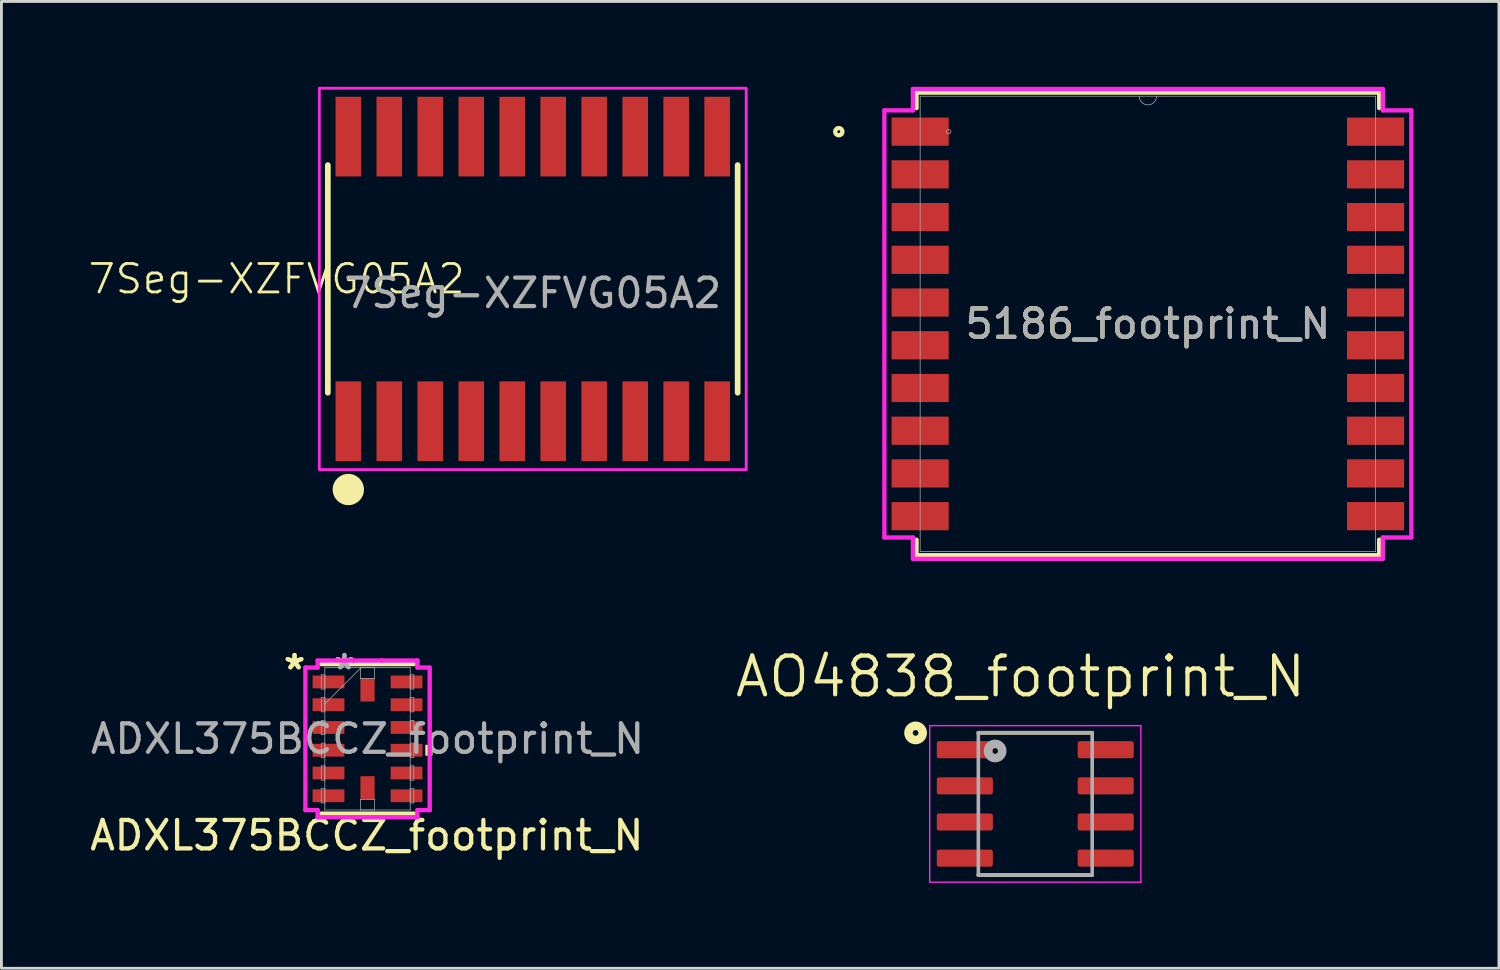
<source format=kicad_pcb>
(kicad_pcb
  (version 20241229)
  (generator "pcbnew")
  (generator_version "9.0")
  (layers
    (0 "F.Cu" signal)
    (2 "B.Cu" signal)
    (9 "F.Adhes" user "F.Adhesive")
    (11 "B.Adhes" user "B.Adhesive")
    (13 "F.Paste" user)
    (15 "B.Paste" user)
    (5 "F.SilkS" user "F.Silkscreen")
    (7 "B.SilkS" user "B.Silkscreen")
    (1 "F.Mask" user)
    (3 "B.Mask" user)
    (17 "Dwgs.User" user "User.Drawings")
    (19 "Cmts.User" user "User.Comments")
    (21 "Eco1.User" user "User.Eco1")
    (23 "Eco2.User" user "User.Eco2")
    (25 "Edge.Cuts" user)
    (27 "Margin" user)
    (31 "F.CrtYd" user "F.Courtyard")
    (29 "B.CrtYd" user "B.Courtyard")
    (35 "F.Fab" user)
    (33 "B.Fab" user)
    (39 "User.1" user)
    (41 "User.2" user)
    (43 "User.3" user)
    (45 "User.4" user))
  (footprint "7Seg-XZFVG05A2"
    (layer "F.Cu")
    (at 15.669 6.75)
    (property "Reference" "7Seg-XZFVG05A2" (at -9 0 0) (unlocked yes) (layer "F.SilkS") (effects (font (size 1 1) (thickness 0.1))))
    (attr smd)
    (fp_line (start -7.2 -4) (end -7.2 4) (stroke (width 0.2) (type solid)) (layer "F.SilkS"))
    (fp_line (start 7.2 -4) (end 7.2 4) (stroke (width 0.2) (type solid)) (layer "F.SilkS"))
    (fp_circle (center -6.48 7.4) (end -5.98 7.4) (stroke (width 0.1) (type solid)) (fill yes) (layer "F.SilkS"))
    (fp_rect (start -7.5 -6.7) (end 7.5 6.7) (stroke (width 0.1) (type solid)) (fill no) (layer "F.CrtYd"))
    (fp_text user "${REFERENCE}" (at 0 0.5 0) (unlocked yes) (layer "F.Fab") (effects (font (size 1 1) (thickness 0.15))))
    (pad "1" smd rect (at -6.48 5) (size 0.9 2.8) (layers "F.Cu" "F.Mask" "F.Paste"))
    (pad "2" smd rect (at -5.04 5) (size 0.9 2.8) (layers "F.Cu" "F.Mask" "F.Paste"))
    (pad "3" smd rect (at -3.6 5) (size 0.9 2.8) (layers "F.Cu" "F.Mask" "F.Paste"))
    (pad "4" smd rect (at -2.16 5) (size 0.9 2.8) (layers "F.Cu" "F.Mask" "F.Paste"))
    (pad "5" smd rect (at -0.72 5) (size 0.9 2.8) (layers "F.Cu" "F.Mask" "F.Paste"))
    (pad "6" smd rect (at 0.72 5) (size 0.9 2.8) (layers "F.Cu" "F.Mask" "F.Paste"))
    (pad "7" smd rect (at 2.16 5) (size 0.9 2.8) (layers "F.Cu" "F.Mask" "F.Paste"))
    (pad "8" smd rect (at 3.6 5) (size 0.9 2.8) (layers "F.Cu" "F.Mask" "F.Paste"))
    (pad "9" smd rect (at 5.04 5) (size 0.9 2.8) (layers "F.Cu" "F.Mask" "F.Paste"))
    (pad "10" smd rect (at 6.48 5) (size 0.9 2.8) (layers "F.Cu" "F.Mask" "F.Paste"))
    (pad "11" smd rect (at 6.48 -5) (size 0.9 2.8) (layers "F.Cu" "F.Mask" "F.Paste"))
    (pad "12" smd rect (at 5.04 -5) (size 0.9 2.8) (layers "F.Cu" "F.Mask" "F.Paste"))
    (pad "13" smd rect (at 3.6 -5) (size 0.9 2.8) (layers "F.Cu" "F.Mask" "F.Paste"))
    (pad "14" smd rect (at 2.16 -5) (size 0.9 2.8) (layers "F.Cu" "F.Mask" "F.Paste"))
    (pad "15" smd rect (at 0.72 -5) (size 0.9 2.8) (layers "F.Cu" "F.Mask" "F.Paste"))
    (pad "16" smd rect (at -0.72 -5) (size 0.9 2.8) (layers "F.Cu" "F.Mask" "F.Paste"))
    (pad "17" smd rect (at -2.16 -5) (size 0.9 2.8) (layers "F.Cu" "F.Mask" "F.Paste"))
    (pad "18" smd rect (at -3.6 -5) (size 0.9 2.8) (layers "F.Cu" "F.Mask" "F.Paste"))
    (pad "19" smd rect (at -5.04 -5) (size 0.9 2.8) (layers "F.Cu" "F.Mask" "F.Paste"))
    (pad "20" smd rect (at -6.48 -5) (size 0.9 2.8) (layers "F.Cu" "F.Mask" "F.Paste")))
  (footprint "ADXL375BCCZ_footprint_N"
    (layer "F.Cu")
    (at 9.864 22.911)
    (property "Reference" "ADXL375BCCZ_footprint_N" (at -0.025 3.394 0) (unlocked yes) (layer "F.SilkS") (effects (font (size 1 1) (thickness 0.15))))
    (attr smd)
    (fp_line (start -1.627 2.627) (end 1.627 2.627) (stroke (width 0.152) (type solid)) (layer "F.SilkS"))
    (fp_line (start 1.627 -2.627) (end -1.627 -2.627) (stroke (width 0.152) (type solid)) (layer "F.SilkS"))
    (fp_poly (pts (xy 2.285 0.209) (xy 2.285 0.59) (xy 2.031 0.59) (xy 2.031 0.209)) (stroke (width 0) (type solid)) (fill yes) (layer "F.SilkS"))
    (fp_line (start -2.184 -2.504) (end -1.754 -2.504) (stroke (width 0.152) (type solid)) (layer "F.CrtYd"))
    (fp_line (start -2.184 2.504) (end -2.184 -2.504) (stroke (width 0.152) (type solid)) (layer "F.CrtYd"))
    (fp_line (start -1.754 -2.754) (end -0.504 -2.754) (stroke (width 0.152) (type solid)) (layer "F.CrtYd"))
    (fp_line (start -1.754 -2.504) (end -1.754 -2.754) (stroke (width 0.152) (type solid)) (layer "F.CrtYd"))
    (fp_line (start -1.754 2.504) (end -2.184 2.504) (stroke (width 0.152) (type solid)) (layer "F.CrtYd"))
    (fp_line (start -1.754 2.754) (end -1.754 2.504) (stroke (width 0.152) (type solid)) (layer "F.CrtYd"))
    (fp_line (start -0.504 -2.754) (end -0.504 -2.754) (stroke (width 0.152) (type solid)) (layer "F.CrtYd"))
    (fp_line (start -0.504 -2.754) (end 0.504 -2.754) (stroke (width 0.152) (type solid)) (layer "F.CrtYd"))
    (fp_line (start -0.504 2.754) (end -1.754 2.754) (stroke (width 0.152) (type solid)) (layer "F.CrtYd"))
    (fp_line (start -0.504 2.754) (end -0.504 2.754) (stroke (width 0.152) (type solid)) (layer "F.CrtYd"))
    (fp_line (start 0.504 -2.754) (end 0.504 -2.754) (stroke (width 0.152) (type solid)) (layer "F.CrtYd"))
    (fp_line (start 0.504 -2.754) (end 1.754 -2.754) (stroke (width 0.152) (type solid)) (layer "F.CrtYd"))
    (fp_line (start 0.504 2.754) (end -0.504 2.754) (stroke (width 0.152) (type solid)) (layer "F.CrtYd"))
    (fp_line (start 0.504 2.754) (end 0.504 2.754) (stroke (width 0.152) (type solid)) (layer "F.CrtYd"))
    (fp_line (start 1.754 -2.754) (end 1.754 -2.504) (stroke (width 0.152) (type solid)) (layer "F.CrtYd"))
    (fp_line (start 1.754 -2.504) (end 2.184 -2.504) (stroke (width 0.152) (type solid)) (layer "F.CrtYd"))
    (fp_line (start 1.754 2.504) (end 1.754 2.754) (stroke (width 0.152) (type solid)) (layer "F.CrtYd"))
    (fp_line (start 1.754 2.754) (end 0.504 2.754) (stroke (width 0.152) (type solid)) (layer "F.CrtYd"))
    (fp_line (start 2.184 -2.504) (end 2.184 2.504) (stroke (width 0.152) (type solid)) (layer "F.CrtYd"))
    (fp_line (start 2.184 2.504) (end 1.754 2.504) (stroke (width 0.152) (type solid)) (layer "F.CrtYd"))
    (fp_line (start -1.625 -2.25) (end -1.625 -1.75) (stroke (width 0.025) (type solid)) (layer "F.Fab"))
    (fp_line (start -1.625 -1.75) (end -1.5 -1.75) (stroke (width 0.025) (type solid)) (layer "F.Fab"))
    (fp_line (start -1.625 -1.45) (end -1.625 -0.95) (stroke (width 0.025) (type solid)) (layer "F.Fab"))
    (fp_line (start -1.625 -0.95) (end -1.5 -0.95) (stroke (width 0.025) (type solid)) (layer "F.Fab"))
    (fp_line (start -1.625 -0.65) (end -1.625 -0.15) (stroke (width 0.025) (type solid)) (layer "F.Fab"))
    (fp_line (start -1.625 -0.15) (end -1.5 -0.15) (stroke (width 0.025) (type solid)) (layer "F.Fab"))
    (fp_line (start -1.625 0.15) (end -1.625 0.65) (stroke (width 0.025) (type solid)) (layer "F.Fab"))
    (fp_line (start -1.625 0.65) (end -1.5 0.65) (stroke (width 0.025) (type solid)) (layer "F.Fab"))
    (fp_line (start -1.625 0.95) (end -1.625 1.45) (stroke (width 0.025) (type solid)) (layer "F.Fab"))
    (fp_line (start -1.625 1.45) (end -1.5 1.45) (stroke (width 0.025) (type solid)) (layer "F.Fab"))
    (fp_line (start -1.625 1.75) (end -1.625 2.25) (stroke (width 0.025) (type solid)) (layer "F.Fab"))
    (fp_line (start -1.625 2.25) (end -1.5 2.25) (stroke (width 0.025) (type solid)) (layer "F.Fab"))
    (fp_line (start -1.5 -2.5) (end -1.5 -2.5) (stroke (width 0.025) (type solid)) (layer "F.Fab"))
    (fp_line (start -1.5 -2.5) (end -1.5 2.5) (stroke (width 0.025) (type solid)) (layer "F.Fab"))
    (fp_line (start -1.5 -2.25) (end -1.625 -2.25) (stroke (width 0.025) (type solid)) (layer "F.Fab"))
    (fp_line (start -1.5 -1.75) (end -1.5 -2.25) (stroke (width 0.025) (type solid)) (layer "F.Fab"))
    (fp_line (start -1.5 -1.45) (end -1.625 -1.45) (stroke (width 0.025) (type solid)) (layer "F.Fab"))
    (fp_line (start -1.5 -1.23) (end -0.23 -2.5) (stroke (width 0.025) (type solid)) (layer "F.Fab"))
    (fp_line (start -1.5 -0.95) (end -1.5 -1.45) (stroke (width 0.025) (type solid)) (layer "F.Fab"))
    (fp_line (start -1.5 -0.65) (end -1.625 -0.65) (stroke (width 0.025) (type solid)) (layer "F.Fab"))
    (fp_line (start -1.5 -0.15) (end -1.5 -0.65) (stroke (width 0.025) (type solid)) (layer "F.Fab"))
    (fp_line (start -1.5 0.15) (end -1.625 0.15) (stroke (width 0.025) (type solid)) (layer "F.Fab"))
    (fp_line (start -1.5 0.65) (end -1.5 0.15) (stroke (width 0.025) (type solid)) (layer "F.Fab"))
    (fp_line (start -1.5 0.95) (end -1.625 0.95) (stroke (width 0.025) (type solid)) (layer "F.Fab"))
    (fp_line (start -1.5 1.45) (end -1.5 0.95) (stroke (width 0.025) (type solid)) (layer "F.Fab"))
    (fp_line (start -1.5 1.75) (end -1.625 1.75) (stroke (width 0.025) (type solid)) (layer "F.Fab"))
    (fp_line (start -1.5 2.25) (end -1.5 1.75) (stroke (width 0.025) (type solid)) (layer "F.Fab"))
    (fp_line (start -1.5 2.5) (end -1.5 2.5) (stroke (width 0.025) (type solid)) (layer "F.Fab"))
    (fp_line (start -1.5 2.5) (end 1.5 2.5) (stroke (width 0.025) (type solid)) (layer "F.Fab"))
    (fp_line (start -0.25 -2.5) (end 0.25 -2.5) (stroke (width 0.025) (type solid)) (layer "F.Fab"))
    (fp_line (start -0.25 -2.125) (end -0.25 -2.5) (stroke (width 0.025) (type solid)) (layer "F.Fab"))
    (fp_line (start -0.25 2.125) (end 0.25 2.125) (stroke (width 0.025) (type solid)) (layer "F.Fab"))
    (fp_line (start -0.25 2.5) (end -0.25 2.125) (stroke (width 0.025) (type solid)) (layer "F.Fab"))
    (fp_line (start 0.25 -2.5) (end 0.25 -2.125) (stroke (width 0.025) (type solid)) (layer "F.Fab"))
    (fp_line (start 0.25 -2.125) (end -0.25 -2.125) (stroke (width 0.025) (type solid)) (layer "F.Fab"))
    (fp_line (start 0.25 2.125) (end 0.25 2.5) (stroke (width 0.025) (type solid)) (layer "F.Fab"))
    (fp_line (start 0.25 2.5) (end -0.25 2.5) (stroke (width 0.025) (type solid)) (layer "F.Fab"))
    (fp_line (start 1.5 -2.5) (end -1.5 -2.5) (stroke (width 0.025) (type solid)) (layer "F.Fab"))
    (fp_line (start 1.5 -2.5) (end 1.5 -2.5) (stroke (width 0.025) (type solid)) (layer "F.Fab"))
    (fp_line (start 1.5 -2.25) (end 1.5 -1.75) (stroke (width 0.025) (type solid)) (layer "F.Fab"))
    (fp_line (start 1.5 -1.75) (end 1.625 -1.75) (stroke (width 0.025) (type solid)) (layer "F.Fab"))
    (fp_line (start 1.5 -1.45) (end 1.5 -0.95) (stroke (width 0.025) (type solid)) (layer "F.Fab"))
    (fp_line (start 1.5 -0.95) (end 1.625 -0.95) (stroke (width 0.025) (type solid)) (layer "F.Fab"))
    (fp_line (start 1.5 -0.65) (end 1.5 -0.15) (stroke (width 0.025) (type solid)) (layer "F.Fab"))
    (fp_line (start 1.5 -0.15) (end 1.625 -0.15) (stroke (width 0.025) (type solid)) (layer "F.Fab"))
    (fp_line (start 1.5 0.15) (end 1.5 0.65) (stroke (width 0.025) (type solid)) (layer "F.Fab"))
    (fp_line (start 1.5 0.65) (end 1.625 0.65) (stroke (width 0.025) (type solid)) (layer "F.Fab"))
    (fp_line (start 1.5 0.95) (end 1.5 1.45) (stroke (width 0.025) (type solid)) (layer "F.Fab"))
    (fp_line (start 1.5 1.45) (end 1.625 1.45) (stroke (width 0.025) (type solid)) (layer "F.Fab"))
    (fp_line (start 1.5 1.75) (end 1.5 2.25) (stroke (width 0.025) (type solid)) (layer "F.Fab"))
    (fp_line (start 1.5 2.25) (end 1.625 2.25) (stroke (width 0.025) (type solid)) (layer "F.Fab"))
    (fp_line (start 1.5 2.5) (end 1.5 -2.5) (stroke (width 0.025) (type solid)) (layer "F.Fab"))
    (fp_line (start 1.5 2.5) (end 1.5 2.5) (stroke (width 0.025) (type solid)) (layer "F.Fab"))
    (fp_line (start 1.625 -2.25) (end 1.5 -2.25) (stroke (width 0.025) (type solid)) (layer "F.Fab"))
    (fp_line (start 1.625 -1.75) (end 1.625 -2.25) (stroke (width 0.025) (type solid)) (layer "F.Fab"))
    (fp_line (start 1.625 -1.45) (end 1.5 -1.45) (stroke (width 0.025) (type solid)) (layer "F.Fab"))
    (fp_line (start 1.625 -0.95) (end 1.625 -1.45) (stroke (width 0.025) (type solid)) (layer "F.Fab"))
    (fp_line (start 1.625 -0.65) (end 1.5 -0.65) (stroke (width 0.025) (type solid)) (layer "F.Fab"))
    (fp_line (start 1.625 -0.15) (end 1.625 -0.65) (stroke (width 0.025) (type solid)) (layer "F.Fab"))
    (fp_line (start 1.625 0.15) (end 1.5 0.15) (stroke (width 0.025) (type solid)) (layer "F.Fab"))
    (fp_line (start 1.625 0.65) (end 1.625 0.15) (stroke (width 0.025) (type solid)) (layer "F.Fab"))
    (fp_line (start 1.625 0.95) (end 1.5 0.95) (stroke (width 0.025) (type solid)) (layer "F.Fab"))
    (fp_line (start 1.625 1.45) (end 1.625 0.95) (stroke (width 0.025) (type solid)) (layer "F.Fab"))
    (fp_line (start 1.625 1.75) (end 1.5 1.75) (stroke (width 0.025) (type solid)) (layer "F.Fab"))
    (fp_line (start 1.625 2.25) (end 1.625 1.75) (stroke (width 0.025) (type solid)) (layer "F.Fab"))
    (fp_text user "*" (at -2.565 -2.4 180) (layer "F.SilkS") (effects (font (size 1 1) (thickness 0.15))))
    (fp_text user "*" (at -2.565 -2.4 0) (unlocked yes) (layer "F.SilkS") (effects (font (size 1 1) (thickness 0.15))))
    (fp_text user "${REFERENCE}" (at 0 0 0) (unlocked yes) (layer "F.Fab") (effects (font (size 1 1) (thickness 0.15))))
    (fp_text user "*" (at -0.812 -2.4 0) (unlocked yes) (layer "F.Fab") (effects (font (size 1 1) (thickness 0.15))))
    (fp_text user "*" (at -0.812 -2.4 180) (layer "F.Fab") (effects (font (size 1 1) (thickness 0.15))))
    (pad "1" smd rect (at -1.371 -2 90) (size 0.449 1.118) (layers "F.Cu" "F.Mask" "F.Paste"))
    (pad "2" smd rect (at -1.371 -1.2 90) (size 0.449 1.118) (layers "F.Cu" "F.Mask" "F.Paste"))
    (pad "3" smd rect (at -1.371 -0.4 90) (size 0.449 1.118) (layers "F.Cu" "F.Mask" "F.Paste"))
    (pad "4" smd rect (at -1.371 0.4 90) (size 0.449 1.118) (layers "F.Cu" "F.Mask" "F.Paste"))
    (pad "5" smd rect (at -1.371 1.2 90) (size 0.449 1.118) (layers "F.Cu" "F.Mask" "F.Paste"))
    (pad "6" smd rect (at -1.371 2 90) (size 0.449 1.118) (layers "F.Cu" "F.Mask" "F.Paste"))
    (pad "7" smd rect (at 0 1.718) (size 0.5 0.813) (layers "F.Cu" "F.Mask" "F.Paste"))
    (pad "8" smd rect (at 1.371 2 90) (size 0.449 1.118) (layers "F.Cu" "F.Mask" "F.Paste"))
    (pad "9" smd rect (at 1.371 1.2 90) (size 0.449 1.118) (layers "F.Cu" "F.Mask" "F.Paste"))
    (pad "10" smd rect (at 1.371 0.4 90) (size 0.449 1.118) (layers "F.Cu" "F.Mask" "F.Paste"))
    (pad "11" smd rect (at 1.371 -0.4 90) (size 0.449 1.118) (layers "F.Cu" "F.Mask" "F.Paste"))
    (pad "12" smd rect (at 1.371 -1.2 90) (size 0.449 1.118) (layers "F.Cu" "F.Mask" "F.Paste"))
    (pad "13" smd rect (at 1.371 -2 90) (size 0.449 1.118) (layers "F.Cu" "F.Mask" "F.Paste"))
    (pad "14" smd rect (at 0 -1.718) (size 0.5 0.813) (layers "F.Cu" "F.Mask" "F.Paste")))
  (footprint "5186_footprint_N"
    (layer "F.Cu")
    (at 37.282 8.331)
    (property "Reference" "5186_footprint_N" (at 0 0 0) (unlocked yes) (layer "F.SilkS") (effects (font (size 1 1) (thickness 0.15))))
    (attr smd)
    (fp_line (start -8.128 -8.128) (end -8.128 -7.583) (stroke (width 0.152) (type solid)) (layer "F.SilkS"))
    (fp_line (start -8.128 7.583) (end -8.128 8.128) (stroke (width 0.152) (type solid)) (layer "F.SilkS"))
    (fp_line (start -8.128 8.128) (end 8.128 8.128) (stroke (width 0.152) (type solid)) (layer "F.SilkS"))
    (fp_line (start 8.128 -8.128) (end -8.128 -8.128) (stroke (width 0.152) (type solid)) (layer "F.SilkS"))
    (fp_line (start 8.128 -7.583) (end 8.128 -8.128) (stroke (width 0.152) (type solid)) (layer "F.SilkS"))
    (fp_line (start 8.128 8.128) (end 8.128 7.583) (stroke (width 0.152) (type solid)) (layer "F.SilkS"))
    (fp_circle (center -10.86 -6.755) (end -10.733 -6.755) (stroke (width 0.152) (type solid)) (fill no) (layer "F.SilkS"))
    (fp_poly (pts (xy 0.648 -0.451) (xy 0.636 -0.568) (xy 0.602 -0.68) (xy 0.547 -0.783) (xy 0.473 -0.873) (xy 0.382 -0.947) (xy 0.279 -1.003) (xy 0.167 -1.037) (xy 0.051 -1.048) (xy -0.066 -1.037) (xy -0.178 -1.003) (xy -0.281 -0.947) (xy -0.371 -0.873) (xy -0.446 -0.783) (xy -0.501 -0.68) (xy -0.535 -0.568) (xy -0.546 -0.451) (xy -0.535 -0.335) (xy -0.501 -0.223) (xy -0.446 -0.119) (xy -0.371 -0.029) (xy -0.281 0.045) (xy -0.178 0.1) (xy -0.066 0.134) (xy 0.051 0.146) (xy 0.167 0.134) (xy 0.279 0.1) (xy 0.382 0.045) (xy 0.473 -0.029) (xy 0.547 -0.119) (xy 0.602 -0.223) (xy 0.636 -0.335)) (stroke (width 0.1) (type solid)) (fill no) (layer "Eco2.User"))
    (fp_line (start -9.258 -7.504) (end -8.255 -7.504) (stroke (width 0.152) (type solid)) (layer "F.CrtYd"))
    (fp_line (start -9.258 7.504) (end -9.258 -7.504) (stroke (width 0.152) (type solid)) (layer "F.CrtYd"))
    (fp_line (start -9.258 7.504) (end -8.255 7.504) (stroke (width 0.152) (type solid)) (layer "F.CrtYd"))
    (fp_line (start -8.255 -8.255) (end 8.255 -8.255) (stroke (width 0.152) (type solid)) (layer "F.CrtYd"))
    (fp_line (start -8.255 -7.504) (end -8.255 -8.255) (stroke (width 0.152) (type solid)) (layer "F.CrtYd"))
    (fp_line (start -8.255 8.255) (end -8.255 7.504) (stroke (width 0.152) (type solid)) (layer "F.CrtYd"))
    (fp_line (start 8.255 -8.255) (end 8.255 -7.504) (stroke (width 0.152) (type solid)) (layer "F.CrtYd"))
    (fp_line (start 8.255 7.504) (end 8.255 8.255) (stroke (width 0.152) (type solid)) (layer "F.CrtYd"))
    (fp_line (start 8.255 8.255) (end -8.255 8.255) (stroke (width 0.152) (type solid)) (layer "F.CrtYd"))
    (fp_line (start 9.258 -7.504) (end 8.255 -7.504) (stroke (width 0.152) (type solid)) (layer "F.CrtYd"))
    (fp_line (start 9.258 -7.504) (end 9.258 7.504) (stroke (width 0.152) (type solid)) (layer "F.CrtYd"))
    (fp_line (start 9.258 7.504) (end 8.255 7.504) (stroke (width 0.152) (type solid)) (layer "F.CrtYd"))
    (fp_line (start -8.001 -8.001) (end -8.001 8.001) (stroke (width 0.025) (type solid)) (layer "F.Fab"))
    (fp_line (start -8.001 8.001) (end 8.001 8.001) (stroke (width 0.025) (type solid)) (layer "F.Fab"))
    (fp_line (start 8.001 -8.001) (end -8.001 -8.001) (stroke (width 0.025) (type solid)) (layer "F.Fab"))
    (fp_line (start 8.001 8.001) (end 8.001 -8.001) (stroke (width 0.025) (type solid)) (layer "F.Fab"))
    (fp_arc (start 0.3048 -8.001) (mid 0 -7.6962) (end -0.3048 -8.001) (stroke (width 0.0254) (type solid)) (layer "F.Fab"))
    (fp_circle (center -6.998 -6.755) (end -6.921 -6.755) (stroke (width 0.025) (type solid)) (fill no) (layer "F.Fab"))
    (fp_text user "${REFERENCE}" (at 0 0 0) (unlocked yes) (layer "F.Fab") (effects (font (size 1 1) (thickness 0.15))))
    (pad "1" smd rect (at -8.001 -6.755) (size 2.007 0.991) (layers "F.Cu" "F.Mask" "F.Paste"))
    (pad "2" smd rect (at -8.001 -5.254) (size 2.007 0.991) (layers "F.Cu" "F.Mask" "F.Paste"))
    (pad "3" smd rect (at -8.001 -3.753) (size 2.007 0.991) (layers "F.Cu" "F.Mask" "F.Paste"))
    (pad "4" smd rect (at -8.001 -2.252) (size 2.007 0.991) (layers "F.Cu" "F.Mask" "F.Paste"))
    (pad "5" smd rect (at -8.001 -0.751) (size 2.007 0.991) (layers "F.Cu" "F.Mask" "F.Paste"))
    (pad "6" smd rect (at -8.001 0.751) (size 2.007 0.991) (layers "F.Cu" "F.Mask" "F.Paste"))
    (pad "7" smd rect (at -8.001 2.252) (size 2.007 0.991) (layers "F.Cu" "F.Mask" "F.Paste"))
    (pad "8" smd rect (at -8.001 3.753) (size 2.007 0.991) (layers "F.Cu" "F.Mask" "F.Paste"))
    (pad "9" smd rect (at -8.001 5.254) (size 2.007 0.991) (layers "F.Cu" "F.Mask" "F.Paste"))
    (pad "10" smd rect (at -8.001 6.755) (size 2.007 0.991) (layers "F.Cu" "F.Mask" "F.Paste"))
    (pad "11" smd rect (at 8.001 6.755) (size 2.007 0.991) (layers "F.Cu" "F.Mask" "F.Paste"))
    (pad "12" smd rect (at 8.001 5.254) (size 2.007 0.991) (layers "F.Cu" "F.Mask" "F.Paste"))
    (pad "13" smd rect (at 8.001 3.753) (size 2.007 0.991) (layers "F.Cu" "F.Mask" "F.Paste"))
    (pad "14" smd rect (at 8.001 2.252) (size 2.007 0.991) (layers "F.Cu" "F.Mask" "F.Paste"))
    (pad "15" smd rect (at 8.001 0.751) (size 2.007 0.991) (layers "F.Cu" "F.Mask" "F.Paste"))
    (pad "16" smd rect (at 8.001 -0.751) (size 2.007 0.991) (layers "F.Cu" "F.Mask" "F.Paste"))
    (pad "17" smd rect (at 8.001 -2.252) (size 2.007 0.991) (layers "F.Cu" "F.Mask" "F.Paste"))
    (pad "18" smd rect (at 8.001 -3.753) (size 2.007 0.991) (layers "F.Cu" "F.Mask" "F.Paste"))
    (pad "19" smd rect (at 8.001 -5.254) (size 2.007 0.991) (layers "F.Cu" "F.Mask" "F.Paste"))
    (pad "20" smd rect (at 8.001 -6.755) (size 2.007 0.991) (layers "F.Cu" "F.Mask" "F.Paste")))
  (footprint "AO4838_footprint_N"
    (layer "F.Cu")
    (at 33.326 25.197)
    (property "Reference" "AO4838_footprint_N" (at -0.518 -4.475 0) (layer "F.SilkS") (effects (font (size 1.361 1.361) (thickness 0.15))))
    (attr smd)
    (fp_line (start -2 -2.5) (end 2 -2.5) (stroke (width 0.127) (type solid)) (layer "F.SilkS"))
    (fp_line (start -2 2.5) (end 2 2.5) (stroke (width 0.127) (type solid)) (layer "F.SilkS"))
    (fp_circle (center -4.205 -2.495) (end -4.105 -2.495) (stroke (width 0.3) (type solid)) (fill no) (layer "F.SilkS"))
    (fp_line (start -3.71 -2.75) (end -3.71 2.75) (stroke (width 0.05) (type solid)) (layer "F.CrtYd"))
    (fp_line (start -3.71 -2.75) (end 3.71 -2.75) (stroke (width 0.05) (type solid)) (layer "F.CrtYd"))
    (fp_line (start -3.71 2.75) (end 3.71 2.75) (stroke (width 0.05) (type solid)) (layer "F.CrtYd"))
    (fp_line (start 3.71 -2.75) (end 3.71 2.75) (stroke (width 0.05) (type solid)) (layer "F.CrtYd"))
    (fp_line (start -2 -2.5) (end -2 2.5) (stroke (width 0.127) (type solid)) (layer "F.Fab"))
    (fp_line (start -2 -2.5) (end 2 -2.5) (stroke (width 0.127) (type solid)) (layer "F.Fab"))
    (fp_line (start -2 2.5) (end 2 2.5) (stroke (width 0.127) (type solid)) (layer "F.Fab"))
    (fp_line (start 2 -2.5) (end 2 2.5) (stroke (width 0.127) (type solid)) (layer "F.Fab"))
    (fp_circle (center -1.411 -1.86) (end -1.311 -1.86) (stroke (width 0.3) (type solid)) (fill no) (layer "F.Fab"))
    (pad "1" smd roundrect (at -2.475 -1.905) (size 1.97 0.6) (layers "F.Cu" "F.Mask" "F.Paste") (roundrect_rratio 0.125))
    (pad "2" smd roundrect (at -2.475 -0.635) (size 1.97 0.6) (layers "F.Cu" "F.Mask" "F.Paste") (roundrect_rratio 0.125))
    (pad "3" smd roundrect (at -2.475 0.635) (size 1.97 0.6) (layers "F.Cu" "F.Mask" "F.Paste") (roundrect_rratio 0.125))
    (pad "4" smd roundrect (at -2.475 1.905) (size 1.97 0.6) (layers "F.Cu" "F.Mask" "F.Paste") (roundrect_rratio 0.125))
    (pad "5" smd roundrect (at 2.475 1.905) (size 1.97 0.6) (layers "F.Cu" "F.Mask" "F.Paste") (roundrect_rratio 0.125))
    (pad "6" smd roundrect (at 2.475 0.635) (size 1.97 0.6) (layers "F.Cu" "F.Mask" "F.Paste") (roundrect_rratio 0.125))
    (pad "7" smd roundrect (at 2.475 -0.635) (size 1.97 0.6) (layers "F.Cu" "F.Mask" "F.Paste") (roundrect_rratio 0.125))
    (pad "8" smd roundrect (at 2.475 -1.905) (size 1.97 0.6) (layers "F.Cu" "F.Mask" "F.Paste") (roundrect_rratio 0.125)))
  (gr_rect
    (start -3 -3)
    (end 49.617 30.972)
    (stroke (width 0.1) (type default))
    (fill no)
    (layer "Edge.Cuts")))
</source>
